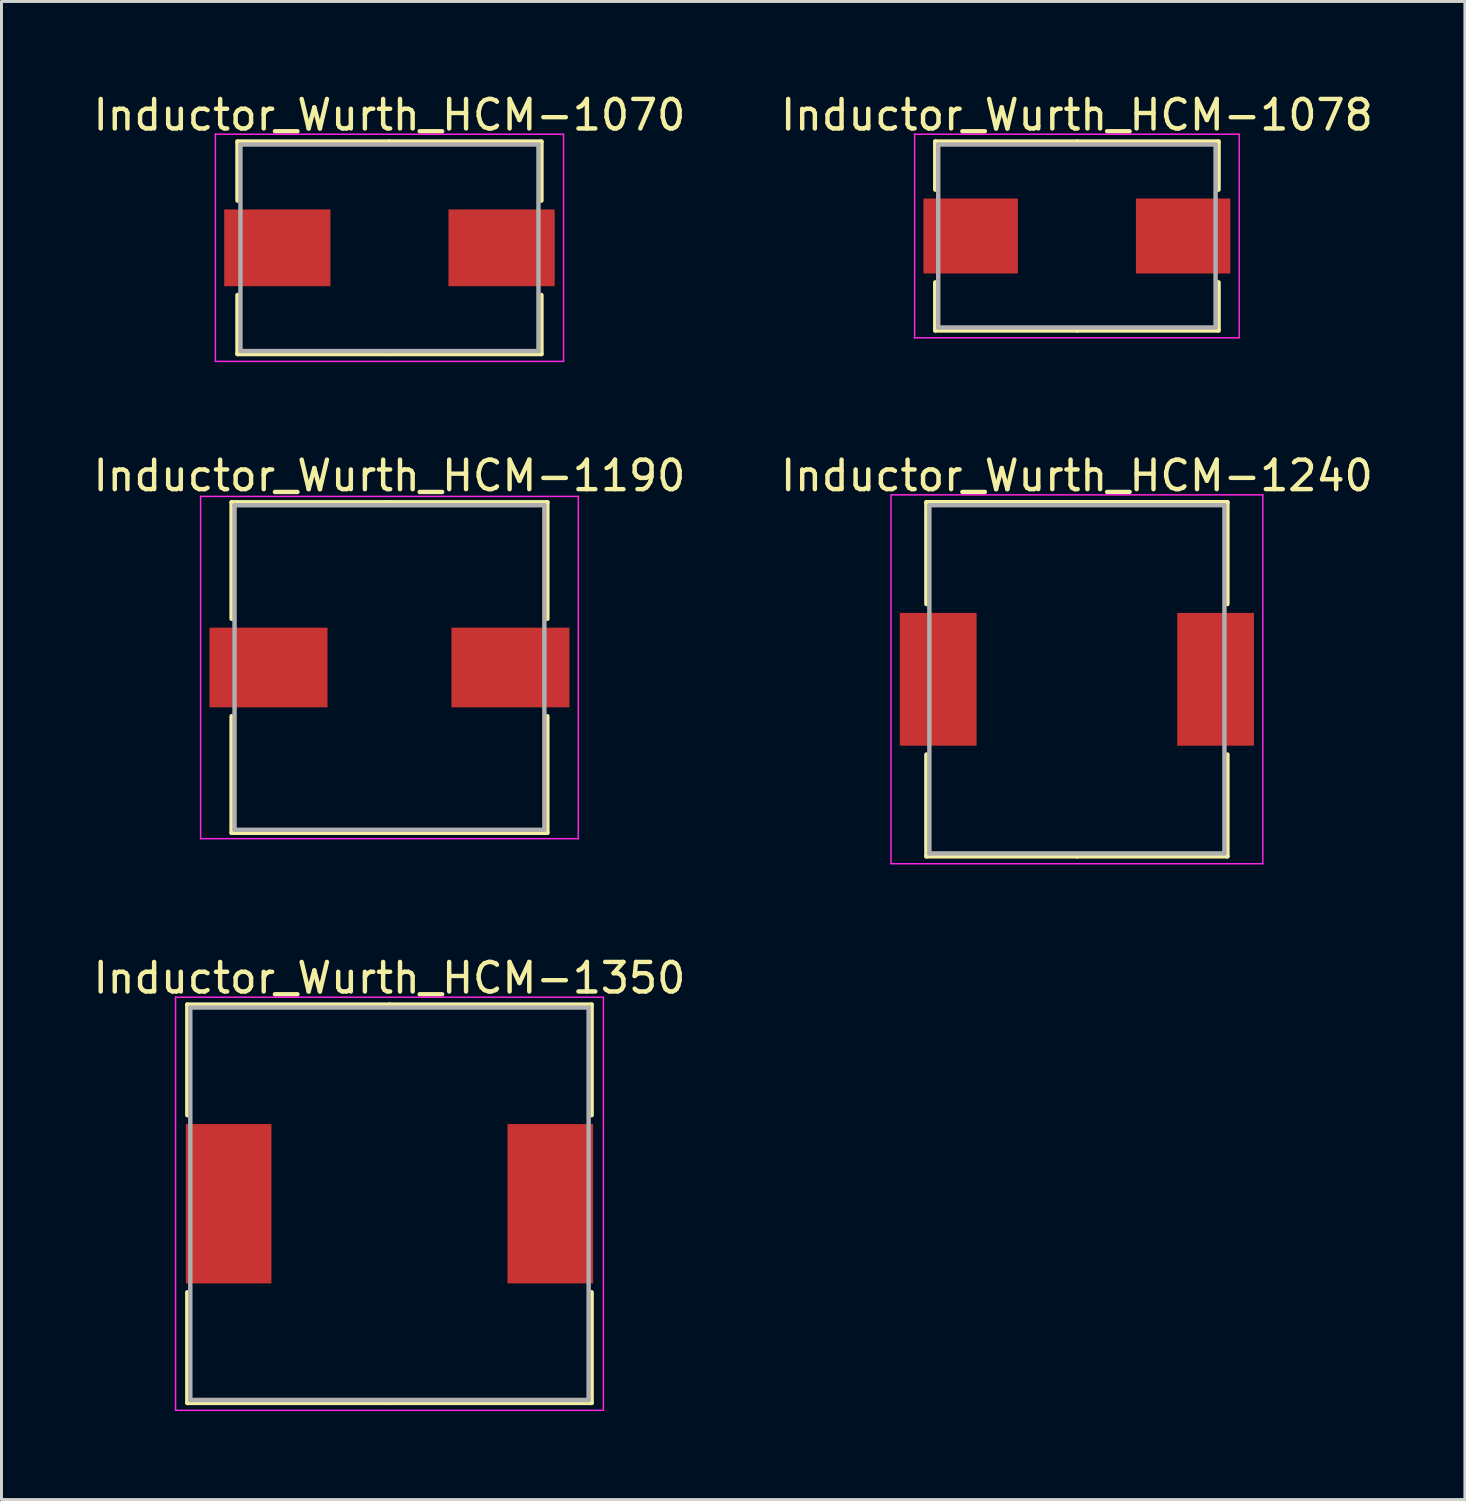
<source format=kicad_pcb>
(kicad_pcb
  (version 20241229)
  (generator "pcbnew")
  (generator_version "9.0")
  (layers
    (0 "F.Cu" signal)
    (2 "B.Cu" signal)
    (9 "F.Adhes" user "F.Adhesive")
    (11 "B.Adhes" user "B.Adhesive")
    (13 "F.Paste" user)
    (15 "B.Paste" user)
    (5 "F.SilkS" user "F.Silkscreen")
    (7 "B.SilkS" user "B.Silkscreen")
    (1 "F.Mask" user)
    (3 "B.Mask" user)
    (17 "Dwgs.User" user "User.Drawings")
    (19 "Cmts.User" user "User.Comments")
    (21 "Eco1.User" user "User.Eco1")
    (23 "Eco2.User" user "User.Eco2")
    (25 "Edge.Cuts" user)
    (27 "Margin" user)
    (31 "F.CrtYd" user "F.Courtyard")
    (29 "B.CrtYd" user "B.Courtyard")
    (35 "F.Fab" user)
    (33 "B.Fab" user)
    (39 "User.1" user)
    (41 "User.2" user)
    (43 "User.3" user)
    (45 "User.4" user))
  (footprint "Inductor_Wurth_HCM-1070"
    (layer "F.Cu")
    (at 10.149 5.348)
    (property "Reference" "Inductor_Wurth_HCM-1070" (at 0 -4.5 0) (layer "F.SilkS") (effects (font (size 1 1) (thickness 0.15))))
    (attr smd)
    (fp_line (start -5.15 -3.6) (end 0 -3.6) (stroke (width 0.15) (type solid)) (layer "F.SilkS"))
    (fp_line (start -5.15 -1.6) (end -5.15 -3.6) (stroke (width 0.15) (type solid)) (layer "F.SilkS"))
    (fp_line (start -5.15 1.6) (end -5.15 3.6) (stroke (width 0.15) (type solid)) (layer "F.SilkS"))
    (fp_line (start -5.15 3.6) (end 0 3.6) (stroke (width 0.15) (type solid)) (layer "F.SilkS"))
    (fp_line (start 5.15 -3.6) (end 0 -3.6) (stroke (width 0.15) (type solid)) (layer "F.SilkS"))
    (fp_line (start 5.15 -1.6) (end 5.15 -3.6) (stroke (width 0.15) (type solid)) (layer "F.SilkS"))
    (fp_line (start 5.15 1.6) (end 5.15 3.6) (stroke (width 0.15) (type solid)) (layer "F.SilkS"))
    (fp_line (start 5.15 3.6) (end 0 3.6) (stroke (width 0.15) (type solid)) (layer "F.SilkS"))
    (fp_line (start -5.9 -3.85) (end -5.9 3.85) (stroke (width 0.05) (type solid)) (layer "F.CrtYd"))
    (fp_line (start -5.9 3.85) (end 5.9 3.85) (stroke (width 0.05) (type solid)) (layer "F.CrtYd"))
    (fp_line (start 5.9 -3.85) (end -5.9 -3.85) (stroke (width 0.05) (type solid)) (layer "F.CrtYd"))
    (fp_line (start 5.9 3.85) (end 5.9 -3.85) (stroke (width 0.05) (type solid)) (layer "F.CrtYd"))
    (fp_line (start -5.05 -3.5) (end -5.05 3.5) (stroke (width 0.15) (type solid)) (layer "F.Fab"))
    (fp_line (start -5.05 3.5) (end 5.05 3.5) (stroke (width 0.15) (type solid)) (layer "F.Fab"))
    (fp_line (start 5.05 -3.5) (end -5.05 -3.5) (stroke (width 0.15) (type solid)) (layer "F.Fab"))
    (fp_line (start 5.05 3.5) (end 5.05 -3.5) (stroke (width 0.15) (type solid)) (layer "F.Fab"))
    (pad "1" smd rect (at -3.8 0) (size 3.6 2.6) (layers "F.Cu" "F.Mask" "F.Paste"))
    (pad "2" smd rect (at 3.8 0) (size 3.6 2.6) (layers "F.Cu" "F.Mask" "F.Paste")))
  (footprint "Inductor_Wurth_HCM-1078"
    (layer "F.Cu")
    (at 33.446 4.948)
    (property "Reference" "Inductor_Wurth_HCM-1078" (at 0 -4.1 0) (layer "F.SilkS") (effects (font (size 1 1) (thickness 0.15))))
    (attr smd)
    (fp_line (start -4.8 -3.2) (end 0 -3.2) (stroke (width 0.15) (type solid)) (layer "F.SilkS"))
    (fp_line (start -4.8 -1.57) (end -4.8 -3.2) (stroke (width 0.15) (type solid)) (layer "F.SilkS"))
    (fp_line (start -4.8 1.57) (end -4.8 3.2) (stroke (width 0.15) (type solid)) (layer "F.SilkS"))
    (fp_line (start -4.8 3.2) (end 0 3.2) (stroke (width 0.15) (type solid)) (layer "F.SilkS"))
    (fp_line (start 4.8 -3.2) (end 0 -3.2) (stroke (width 0.15) (type solid)) (layer "F.SilkS"))
    (fp_line (start 4.8 -1.57) (end 4.8 -3.2) (stroke (width 0.15) (type solid)) (layer "F.SilkS"))
    (fp_line (start 4.8 1.57) (end 4.8 3.2) (stroke (width 0.15) (type solid)) (layer "F.SilkS"))
    (fp_line (start 4.8 3.2) (end 0 3.2) (stroke (width 0.15) (type solid)) (layer "F.SilkS"))
    (fp_line (start -5.5 -3.45) (end -5.5 3.45) (stroke (width 0.05) (type solid)) (layer "F.CrtYd"))
    (fp_line (start -5.5 3.45) (end 5.5 3.45) (stroke (width 0.05) (type solid)) (layer "F.CrtYd"))
    (fp_line (start 5.5 -3.45) (end -5.5 -3.45) (stroke (width 0.05) (type solid)) (layer "F.CrtYd"))
    (fp_line (start 5.5 3.45) (end 5.5 -3.45) (stroke (width 0.05) (type solid)) (layer "F.CrtYd"))
    (fp_line (start -4.7 -3.1) (end -4.7 3.1) (stroke (width 0.15) (type solid)) (layer "F.Fab"))
    (fp_line (start -4.7 3.1) (end 4.7 3.1) (stroke (width 0.15) (type solid)) (layer "F.Fab"))
    (fp_line (start 4.7 -3.1) (end -4.7 -3.1) (stroke (width 0.15) (type solid)) (layer "F.Fab"))
    (fp_line (start 4.7 3.1) (end 4.7 -3.1) (stroke (width 0.15) (type solid)) (layer "F.Fab"))
    (pad "1" smd rect (at -3.6 0) (size 3.2 2.54) (layers "F.Cu" "F.Mask" "F.Paste"))
    (pad "2" smd rect (at 3.6 0) (size 3.2 2.54) (layers "F.Cu" "F.Mask" "F.Paste")))
  (footprint "Inductor_Wurth_HCM-1190"
    (layer "F.Cu")
    (at 10.149 19.572)
    (property "Reference" "Inductor_Wurth_HCM-1190" (at 0 -6.5 0) (layer "F.SilkS") (effects (font (size 1 1) (thickness 0.15))))
    (attr smd)
    (fp_line (start -5.35 -5.6) (end 0 -5.6) (stroke (width 0.15) (type solid)) (layer "F.SilkS"))
    (fp_line (start -5.35 -1.65) (end -5.35 -5.6) (stroke (width 0.15) (type solid)) (layer "F.SilkS"))
    (fp_line (start -5.35 1.65) (end -5.35 5.6) (stroke (width 0.15) (type solid)) (layer "F.SilkS"))
    (fp_line (start -5.35 5.6) (end 0 5.6) (stroke (width 0.15) (type solid)) (layer "F.SilkS"))
    (fp_line (start 5.35 -5.6) (end 0 -5.6) (stroke (width 0.15) (type solid)) (layer "F.SilkS"))
    (fp_line (start 5.35 -1.65) (end 5.35 -5.6) (stroke (width 0.15) (type solid)) (layer "F.SilkS"))
    (fp_line (start 5.35 1.65) (end 5.35 5.6) (stroke (width 0.15) (type solid)) (layer "F.SilkS"))
    (fp_line (start 5.35 5.6) (end 0 5.6) (stroke (width 0.15) (type solid)) (layer "F.SilkS"))
    (fp_line (start -6.4 -5.8) (end -6.4 5.8) (stroke (width 0.05) (type solid)) (layer "F.CrtYd"))
    (fp_line (start -6.4 5.8) (end 6.4 5.8) (stroke (width 0.05) (type solid)) (layer "F.CrtYd"))
    (fp_line (start 6.4 -5.8) (end -6.4 -5.8) (stroke (width 0.05) (type solid)) (layer "F.CrtYd"))
    (fp_line (start 6.4 5.8) (end 6.4 -5.8) (stroke (width 0.05) (type solid)) (layer "F.CrtYd"))
    (fp_line (start -5.25 -5.5) (end -5.25 5.5) (stroke (width 0.15) (type solid)) (layer "F.Fab"))
    (fp_line (start -5.25 5.5) (end 5.25 5.5) (stroke (width 0.15) (type solid)) (layer "F.Fab"))
    (fp_line (start 5.25 -5.5) (end -5.25 -5.5) (stroke (width 0.15) (type solid)) (layer "F.Fab"))
    (fp_line (start 5.25 5.5) (end 5.25 -5.5) (stroke (width 0.15) (type solid)) (layer "F.Fab"))
    (pad "1" smd rect (at -4.1 0) (size 4 2.7) (layers "F.Cu" "F.Mask" "F.Paste"))
    (pad "2" smd rect (at 4.1 0) (size 4 2.7) (layers "F.Cu" "F.Mask" "F.Paste")))
  (footprint "Inductor_Wurth_HCM-1350"
    (layer "F.Cu")
    (at 10.149 37.745)
    (property "Reference" "Inductor_Wurth_HCM-1350" (at 0 -7.65 0) (layer "F.SilkS") (effects (font (size 1 1) (thickness 0.15))))
    (attr smd)
    (fp_line (start -6.85 -6.75) (end 0 -6.75) (stroke (width 0.15) (type solid)) (layer "F.SilkS"))
    (fp_line (start -6.85 -3) (end -6.85 -6.75) (stroke (width 0.15) (type solid)) (layer "F.SilkS"))
    (fp_line (start -6.85 3) (end -6.85 6.75) (stroke (width 0.15) (type solid)) (layer "F.SilkS"))
    (fp_line (start -6.85 6.75) (end 0 6.75) (stroke (width 0.15) (type solid)) (layer "F.SilkS"))
    (fp_line (start 6.85 -6.75) (end 0 -6.75) (stroke (width 0.15) (type solid)) (layer "F.SilkS"))
    (fp_line (start 6.85 -3) (end 6.85 -6.75) (stroke (width 0.15) (type solid)) (layer "F.SilkS"))
    (fp_line (start 6.85 3) (end 6.85 6.75) (stroke (width 0.15) (type solid)) (layer "F.SilkS"))
    (fp_line (start 6.85 6.75) (end 0 6.75) (stroke (width 0.15) (type solid)) (layer "F.SilkS"))
    (fp_line (start -7.25 -7) (end -7.25 7) (stroke (width 0.05) (type solid)) (layer "F.CrtYd"))
    (fp_line (start -7.25 7) (end 7.25 7) (stroke (width 0.05) (type solid)) (layer "F.CrtYd"))
    (fp_line (start 7.25 -7) (end -7.25 -7) (stroke (width 0.05) (type solid)) (layer "F.CrtYd"))
    (fp_line (start 7.25 7) (end 7.25 -7) (stroke (width 0.05) (type solid)) (layer "F.CrtYd"))
    (fp_line (start -6.75 -6.65) (end -6.75 6.65) (stroke (width 0.15) (type solid)) (layer "F.Fab"))
    (fp_line (start -6.75 6.65) (end 6.75 6.65) (stroke (width 0.15) (type solid)) (layer "F.Fab"))
    (fp_line (start 6.75 -6.65) (end -6.75 -6.65) (stroke (width 0.15) (type solid)) (layer "F.Fab"))
    (fp_line (start 6.75 6.65) (end 6.75 -6.65) (stroke (width 0.15) (type solid)) (layer "F.Fab"))
    (pad "1" smd rect (at -5.45 0) (size 2.9 5.4) (layers "F.Cu" "F.Mask" "F.Paste"))
    (pad "2" smd rect (at 5.45 0) (size 2.9 5.4) (layers "F.Cu" "F.Mask" "F.Paste")))
  (footprint "Inductor_Wurth_HCM-1240"
    (layer "F.Cu")
    (at 33.446 19.971)
    (property "Reference" "Inductor_Wurth_HCM-1240" (at 0 -6.9 0) (layer "F.SilkS") (effects (font (size 1 1) (thickness 0.15))))
    (attr smd)
    (fp_line (start -5.1 -6) (end 0 -6) (stroke (width 0.15) (type solid)) (layer "F.SilkS"))
    (fp_line (start -5.1 -2.55) (end -5.1 -6) (stroke (width 0.15) (type solid)) (layer "F.SilkS"))
    (fp_line (start -5.1 2.55) (end -5.1 6) (stroke (width 0.15) (type solid)) (layer "F.SilkS"))
    (fp_line (start -5.1 6) (end 0 6) (stroke (width 0.15) (type solid)) (layer "F.SilkS"))
    (fp_line (start 5.1 -6) (end 0 -6) (stroke (width 0.15) (type solid)) (layer "F.SilkS"))
    (fp_line (start 5.1 -2.55) (end 5.1 -6) (stroke (width 0.15) (type solid)) (layer "F.SilkS"))
    (fp_line (start 5.1 2.55) (end 5.1 6) (stroke (width 0.15) (type solid)) (layer "F.SilkS"))
    (fp_line (start 5.1 6) (end 0 6) (stroke (width 0.15) (type solid)) (layer "F.SilkS"))
    (fp_line (start -6.3 -6.25) (end -6.3 6.25) (stroke (width 0.05) (type solid)) (layer "F.CrtYd"))
    (fp_line (start -6.3 6.25) (end 6.3 6.25) (stroke (width 0.05) (type solid)) (layer "F.CrtYd"))
    (fp_line (start 6.3 -6.25) (end -6.3 -6.25) (stroke (width 0.05) (type solid)) (layer "F.CrtYd"))
    (fp_line (start 6.3 6.25) (end 6.3 -6.25) (stroke (width 0.05) (type solid)) (layer "F.CrtYd"))
    (fp_line (start -5 -5.9) (end -5 5.9) (stroke (width 0.15) (type solid)) (layer "F.Fab"))
    (fp_line (start -5 5.9) (end 5 5.9) (stroke (width 0.15) (type solid)) (layer "F.Fab"))
    (fp_line (start 5 -5.9) (end -5 -5.9) (stroke (width 0.15) (type solid)) (layer "F.Fab"))
    (fp_line (start 5 5.9) (end 5 -5.9) (stroke (width 0.15) (type solid)) (layer "F.Fab"))
    (pad "1" smd rect (at -4.7 0) (size 2.6 4.5) (layers "F.Cu" "F.Mask" "F.Paste"))
    (pad "2" smd rect (at 4.7 0) (size 2.6 4.5) (layers "F.Cu" "F.Mask" "F.Paste")))
  (gr_rect
    (start -3 -3)
    (end 46.595 47.77)
    (stroke (width 0.1) (type default))
    (fill no)
    (layer "Edge.Cuts")))
</source>
